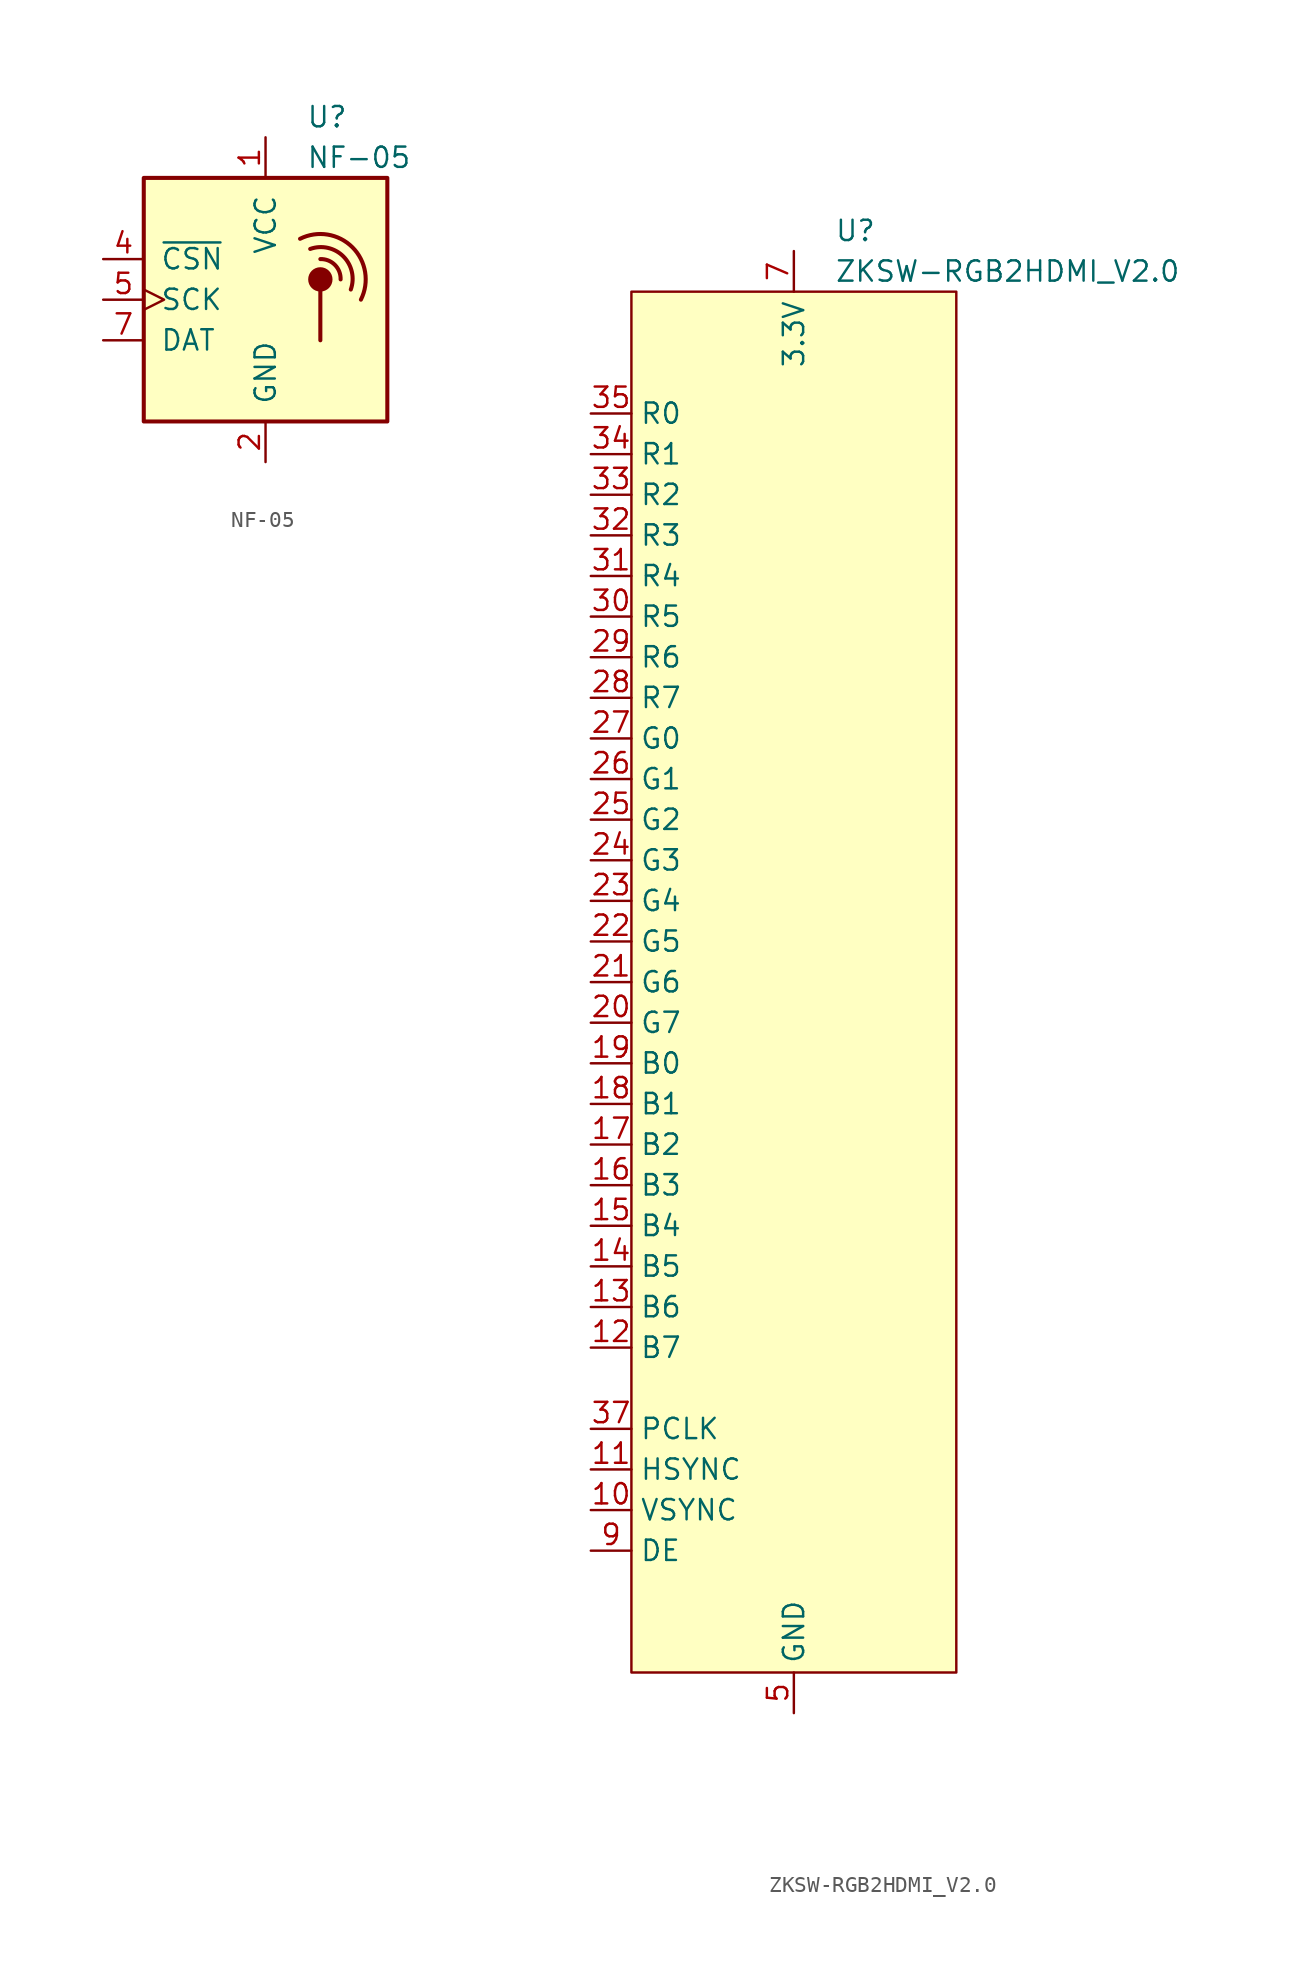
<source format=kicad_sym>
(kicad_symbol_lib
  (version 20241209)
  (generator "kicad_symbol_editor")
  (generator_version "9.0")
  (symbol "NF-05"
    (pin_names
      (offset 1.016))
    (property "Reference" "U"
      (at 2.54 11.43 0)
      (effects (font (size 1.27 1.27)) (justify left)))
    (property "Value" "NF-05"
      (at 2.54 8.89 0)
      (effects (font (size 1.27 1.27)) (justify left)))
    (symbol "NF-05_0_1"
      (rectangle (start -7.62 7.62) (end 7.62 -7.62) (stroke (width 0.254) (type default)) (fill (type background)))
      (arc (start 2.159 3.81) (mid 5.437 3.278) (end 5.969 0) (stroke (width 0.254) (type default)) (fill (type none)))
      (circle (center 3.429 1.27) (radius 0.635) (stroke (width 0.254) (type default)) (fill (type outline)))
      (polyline (pts (xy 3.429 0.635) (xy 3.429 -2.54)) (stroke (width 0.254) (type default)) (fill (type none)))
      (arc (start 2.794 3.175) (mid 4.8675 2.7085) (end 5.334 0.635) (stroke (width 0.254) (type default)) (fill (type none)))
      (arc (start 3.429 2.54) (mid 4.3398 2.1808) (end 4.699 1.27) (stroke (width 0.254) (type default)) (fill (type none))))
    (symbol "NF-05_1_1"
      (pin input line (at -10.16 2.54 0) (length 2.54) (name "~{CSN}" (effects (font (size 1.27 1.27)))) (number "4" (effects (font (size 1.27 1.27)))))
      (pin input clock (at -10.16 0 0) (length 2.54) (name "SCK" (effects (font (size 1.27 1.27)))) (number "5" (effects (font (size 1.27 1.27)))))
      (pin bidirectional line (at -10.16 -2.54 0) (length 2.54) (name "DAT" (effects (font (size 1.27 1.27)))) (number "7" (effects (font (size 1.27 1.27)))))
      (pin power_in line (at 0 10.16 270) (length 2.54) (name "VCC" (effects (font (size 1.27 1.27)))) (number "1" (effects (font (size 1.27 1.27)))))
      (pin power_in line (at 0 -10.16 90) (length 2.54) (name "GND" (effects (font (size 1.27 1.27)))) (number "2" (effects (font (size 1.27 1.27)))))
      (pin no_connect line (at 10.16 0 180) (length 2.54) (hide yes) (name "NC" (effects (font (size 1.27 1.27)))) (number "3" (effects (font (size 1.27 1.27)))))
      (pin no_connect line (at 10.16 0 180) (length 2.54) (hide yes) (name "NC" (effects (font (size 1.27 1.27)))) (number "6" (effects (font (size 1.27 1.27)))))
      (pin no_connect line (at 10.16 0 180) (length 2.54) (hide yes) (name "NC" (effects (font (size 1.27 1.27)))) (number "8" (effects (font (size 1.27 1.27)))))))
  (symbol "ZKSW-RGB2HDMI_V2.0"
    (property "Reference" "U"
      (at 2.54 46.99 0)
      (effects (font (size 1.27 1.27)) (justify left)))
    (property "Value" "ZKSW-RGB2HDMI_V2.0"
      (at 2.54 44.45 0)
      (effects (font (size 1.27 1.27)) (justify left)))
    (symbol "ZKSW-RGB2HDMI_V2.0_0_1"
      (rectangle (start -10.16 43.18) (end 10.16 -43.18) (stroke (width 0) (type default)) (fill (type background))))
    (symbol "ZKSW-RGB2HDMI_V2.0_1_1"
      (pin input line (at -12.7 35.56 0) (length 2.54) (name "R0" (effects (font (size 1.27 1.27)))) (number "35" (effects (font (size 1.27 1.27)))))
      (pin input line (at -12.7 33.02 0) (length 2.54) (name "R1" (effects (font (size 1.27 1.27)))) (number "34" (effects (font (size 1.27 1.27)))))
      (pin input line (at -12.7 30.48 0) (length 2.54) (name "R2" (effects (font (size 1.27 1.27)))) (number "33" (effects (font (size 1.27 1.27)))))
      (pin input line (at -12.7 27.94 0) (length 2.54) (name "R3" (effects (font (size 1.27 1.27)))) (number "32" (effects (font (size 1.27 1.27)))))
      (pin input line (at -12.7 25.4 0) (length 2.54) (name "R4" (effects (font (size 1.27 1.27)))) (number "31" (effects (font (size 1.27 1.27)))))
      (pin input line (at -12.7 22.86 0) (length 2.54) (name "R5" (effects (font (size 1.27 1.27)))) (number "30" (effects (font (size 1.27 1.27)))))
      (pin input line (at -12.7 20.32 0) (length 2.54) (name "R6" (effects (font (size 1.27 1.27)))) (number "29" (effects (font (size 1.27 1.27)))))
      (pin input line (at -12.7 17.78 0) (length 2.54) (name "R7" (effects (font (size 1.27 1.27)))) (number "28" (effects (font (size 1.27 1.27)))))
      (pin input line (at -12.7 15.24 0) (length 2.54) (name "G0" (effects (font (size 1.27 1.27)))) (number "27" (effects (font (size 1.27 1.27)))))
      (pin input line (at -12.7 12.7 0) (length 2.54) (name "G1" (effects (font (size 1.27 1.27)))) (number "26" (effects (font (size 1.27 1.27)))))
      (pin input line (at -12.7 10.16 0) (length 2.54) (name "G2" (effects (font (size 1.27 1.27)))) (number "25" (effects (font (size 1.27 1.27)))))
      (pin input line (at -12.7 7.62 0) (length 2.54) (name "G3" (effects (font (size 1.27 1.27)))) (number "24" (effects (font (size 1.27 1.27)))))
      (pin input line (at -12.7 5.08 0) (length 2.54) (name "G4" (effects (font (size 1.27 1.27)))) (number "23" (effects (font (size 1.27 1.27)))))
      (pin input line (at -12.7 2.54 0) (length 2.54) (name "G5" (effects (font (size 1.27 1.27)))) (number "22" (effects (font (size 1.27 1.27)))))
      (pin input line (at -12.7 0 0) (length 2.54) (name "G6" (effects (font (size 1.27 1.27)))) (number "21" (effects (font (size 1.27 1.27)))))
      (pin input line (at -12.7 -2.54 0) (length 2.54) (name "G7" (effects (font (size 1.27 1.27)))) (number "20" (effects (font (size 1.27 1.27)))))
      (pin input line (at -12.7 -5.08 0) (length 2.54) (name "B0" (effects (font (size 1.27 1.27)))) (number "19" (effects (font (size 1.27 1.27)))))
      (pin input line (at -12.7 -7.62 0) (length 2.54) (name "B1" (effects (font (size 1.27 1.27)))) (number "18" (effects (font (size 1.27 1.27)))))
      (pin input line (at -12.7 -10.16 0) (length 2.54) (name "B2" (effects (font (size 1.27 1.27)))) (number "17" (effects (font (size 1.27 1.27)))))
      (pin input line (at -12.7 -12.7 0) (length 2.54) (name "B3" (effects (font (size 1.27 1.27)))) (number "16" (effects (font (size 1.27 1.27)))))
      (pin input line (at -12.7 -15.24 0) (length 2.54) (name "B4" (effects (font (size 1.27 1.27)))) (number "15" (effects (font (size 1.27 1.27)))))
      (pin input line (at -12.7 -17.78 0) (length 2.54) (name "B5" (effects (font (size 1.27 1.27)))) (number "14" (effects (font (size 1.27 1.27)))))
      (pin input line (at -12.7 -20.32 0) (length 2.54) (name "B6" (effects (font (size 1.27 1.27)))) (number "13" (effects (font (size 1.27 1.27)))))
      (pin input line (at -12.7 -22.86 0) (length 2.54) (name "B7" (effects (font (size 1.27 1.27)))) (number "12" (effects (font (size 1.27 1.27)))))
      (pin input line (at -12.7 -27.94 0) (length 2.54) (name "PCLK" (effects (font (size 1.27 1.27)))) (number "37" (effects (font (size 1.27 1.27)))))
      (pin input line (at -12.7 -30.48 0) (length 2.54) (name "HSYNC" (effects (font (size 1.27 1.27)))) (number "11" (effects (font (size 1.27 1.27)))))
      (pin input line (at -12.7 -33.02 0) (length 2.54) (name "VSYNC" (effects (font (size 1.27 1.27)))) (number "10" (effects (font (size 1.27 1.27)))))
      (pin input line (at -12.7 -35.56 0) (length 2.54) (name "DE" (effects (font (size 1.27 1.27)))) (number "9" (effects (font (size 1.27 1.27)))))
      (pin power_in line (at 0 45.72 270) (length 2.54) (name "3.3V" (effects (font (size 1.27 1.27)))) (number "7" (effects (font (size 1.27 1.27)))))
      (pin power_in line (at 0 -45.72 90) (length 2.54) (hide yes) (name "GND" (effects (font (size 1.27 1.27)))) (number "36" (effects (font (size 1.27 1.27)))))
      (pin power_in line (at 0 -45.72 90) (length 2.54) (hide yes) (name "GND" (effects (font (size 1.27 1.27)))) (number "38" (effects (font (size 1.27 1.27)))))
      (pin power_in line (at 0 -45.72 90) (length 2.54) (hide yes) (name "GND" (effects (font (size 1.27 1.27)))) (number "48" (effects (font (size 1.27 1.27)))))
      (pin power_in line (at 0 -45.72 90) (length 2.54) (name "GND" (effects (font (size 1.27 1.27)))) (number "5" (effects (font (size 1.27 1.27)))))
      (pin no_connect line (at 12.7 35.56 180) (length 2.54) (hide yes) (name "NC" (effects (font (size 1.27 1.27)))) (number "1" (effects (font (size 1.27 1.27)))))
      (pin no_connect line (at 12.7 33.02 180) (length 2.54) (hide yes) (name "NC" (effects (font (size 1.27 1.27)))) (number "2" (effects (font (size 1.27 1.27)))))
      (pin no_connect line (at 12.7 30.48 180) (length 2.54) (hide yes) (name "NC" (effects (font (size 1.27 1.27)))) (number "3" (effects (font (size 1.27 1.27)))))
      (pin no_connect line (at 12.7 27.94 180) (length 2.54) (hide yes) (name "NC" (effects (font (size 1.27 1.27)))) (number "4" (effects (font (size 1.27 1.27)))))
      (pin no_connect line (at 12.7 25.4 180) (length 2.54) (hide yes) (name "NC" (effects (font (size 1.27 1.27)))) (number "6" (effects (font (size 1.27 1.27)))))
      (pin no_connect line (at 12.7 22.86 180) (length 2.54) (hide yes) (name "NC" (effects (font (size 1.27 1.27)))) (number "8" (effects (font (size 1.27 1.27)))))
      (pin no_connect line (at 12.7 20.32 180) (length 2.54) (hide yes) (name "NC" (effects (font (size 1.27 1.27)))) (number "39" (effects (font (size 1.27 1.27)))))
      (pin no_connect line (at 12.7 17.78 180) (length 2.54) (hide yes) (name "NC" (effects (font (size 1.27 1.27)))) (number "40" (effects (font (size 1.27 1.27)))))
      (pin no_connect line (at 12.7 15.24 180) (length 2.54) (hide yes) (name "NC" (effects (font (size 1.27 1.27)))) (number "41" (effects (font (size 1.27 1.27)))))
      (pin no_connect line (at 12.7 12.7 180) (length 2.54) (hide yes) (name "NC" (effects (font (size 1.27 1.27)))) (number "42" (effects (font (size 1.27 1.27)))))
      (pin no_connect line (at 12.7 10.16 180) (length 2.54) (hide yes) (name "NC" (effects (font (size 1.27 1.27)))) (number "43" (effects (font (size 1.27 1.27)))))
      (pin no_connect line (at 12.7 7.62 180) (length 2.54) (hide yes) (name "NC" (effects (font (size 1.27 1.27)))) (number "44" (effects (font (size 1.27 1.27)))))
      (pin no_connect line (at 12.7 5.08 180) (length 2.54) (hide yes) (name "NC" (effects (font (size 1.27 1.27)))) (number "45" (effects (font (size 1.27 1.27)))))
      (pin no_connect line (at 12.7 2.54 180) (length 2.54) (hide yes) (name "NC" (effects (font (size 1.27 1.27)))) (number "46" (effects (font (size 1.27 1.27)))))
      (pin no_connect line (at 12.7 0 180) (length 2.54) (hide yes) (name "NC" (effects (font (size 1.27 1.27)))) (number "47" (effects (font (size 1.27 1.27)))))
      (pin no_connect line (at 12.7 -2.54 180) (length 2.54) (hide yes) (name "NC" (effects (font (size 1.27 1.27)))) (number "49" (effects (font (size 1.27 1.27)))))
      (pin no_connect line (at 12.7 -5.08 180) (length 2.54) (hide yes) (name "NC" (effects (font (size 1.27 1.27)))) (number "50" (effects (font (size 1.27 1.27))))))))
</source>
